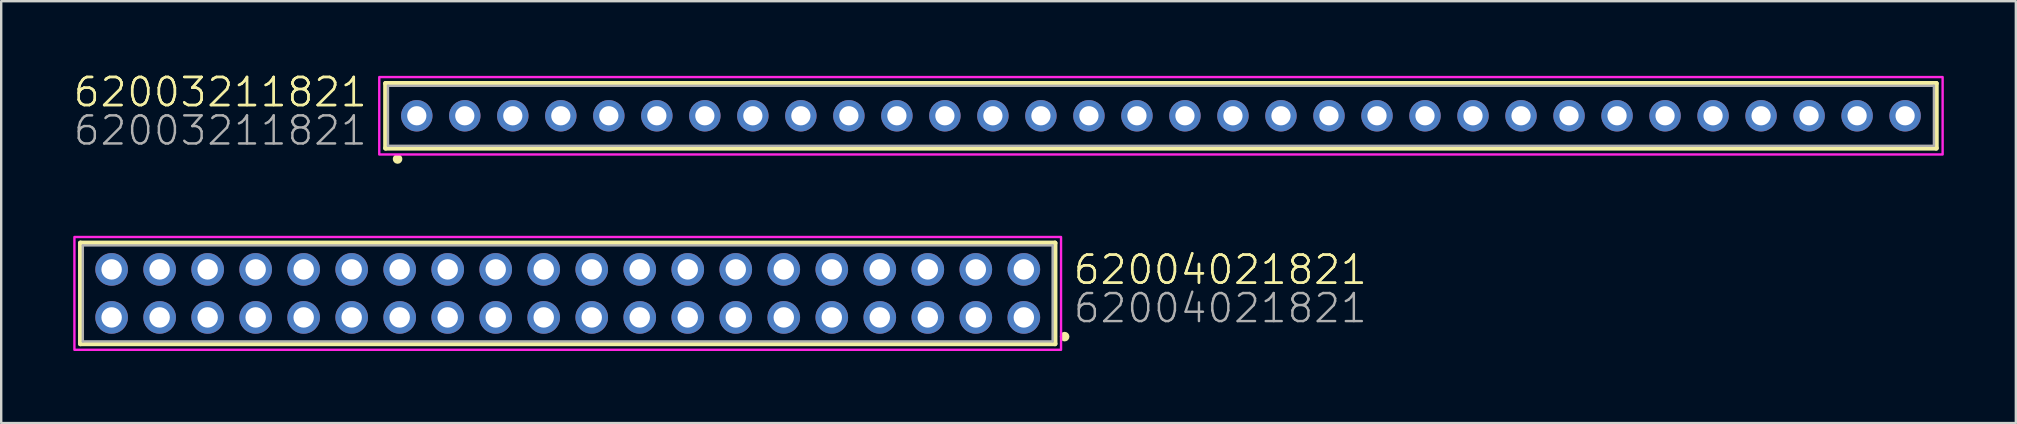
<source format=kicad_pcb>
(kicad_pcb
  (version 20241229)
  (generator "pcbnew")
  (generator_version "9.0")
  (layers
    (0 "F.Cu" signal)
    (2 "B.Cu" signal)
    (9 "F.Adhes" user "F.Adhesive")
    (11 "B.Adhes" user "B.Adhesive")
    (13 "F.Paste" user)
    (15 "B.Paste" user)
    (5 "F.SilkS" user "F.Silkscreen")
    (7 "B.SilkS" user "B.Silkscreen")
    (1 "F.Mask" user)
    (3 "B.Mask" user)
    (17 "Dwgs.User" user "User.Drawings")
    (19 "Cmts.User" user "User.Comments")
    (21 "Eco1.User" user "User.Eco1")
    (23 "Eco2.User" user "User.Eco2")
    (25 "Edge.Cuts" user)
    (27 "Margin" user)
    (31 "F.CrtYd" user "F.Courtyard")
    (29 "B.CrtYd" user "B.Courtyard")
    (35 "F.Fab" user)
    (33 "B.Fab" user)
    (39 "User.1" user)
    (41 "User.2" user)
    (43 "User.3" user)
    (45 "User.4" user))
  (footprint "62004021821"
    (layer "F.Cu")
    (at 20.6 9.173)
    (property "Reference" "62004021821" (at 21 -0.3 0) (unlocked yes) (layer "F.SilkS") (effects (font (size 1.168 1.168) (thickness 0.102)) (justify left bottom)))
    (property "Value" "62004021821" (at 21 1.3 0) (unlocked yes) (layer "F.Fab") (hide yes) (effects (font (size 1.168 1.168) (thickness 0.102)) (justify left bottom)))
    (fp_line (start -20.3 -2.1) (end 20.3 -2.1) (stroke (width 0.2) (type solid)) (layer "F.SilkS"))
    (fp_line (start -20.3 2.1) (end -20.3 -2.1) (stroke (width 0.2) (type solid)) (layer "F.SilkS"))
    (fp_line (start 20.3 -2.1) (end 20.3 2.1) (stroke (width 0.2) (type solid)) (layer "F.SilkS"))
    (fp_line (start 20.3 2.1) (end -20.3 2.1) (stroke (width 0.2) (type solid)) (layer "F.SilkS"))
    (fp_circle (center 20.7 1.8) (end 20.8 1.8) (stroke (width 0.2) (type solid)) (fill no) (layer "F.SilkS"))
    (fp_poly (pts (xy 20.55 2.35) (xy -20.55 2.35) (xy -20.55 -2.35) (xy 20.55 -2.35)) (stroke (width 0.1) (type default)) (fill no) (layer "F.CrtYd"))
    (fp_line (start -20.2 -2) (end -20.2 2) (stroke (width 0.1) (type solid)) (layer "F.Fab"))
    (fp_line (start -20.2 2) (end 20.2 2) (stroke (width 0.1) (type solid)) (layer "F.Fab"))
    (fp_line (start 20.2 -2) (end -20.2 -2) (stroke (width 0.1) (type solid)) (layer "F.Fab"))
    (fp_line (start 20.2 2) (end 20.2 -2) (stroke (width 0.1) (type solid)) (layer "F.Fab"))
    (fp_text user "${REFERENCE}" (at 21 -0.3 0) (unlocked yes) (layer "F.SilkS") (effects (font (size 1.168 1.168) (thickness 0.102)) (justify left bottom)))
    (fp_text user "${VALUE}" (at 21 1.3 0) (unlocked yes) (layer "F.Fab") (effects (font (size 1.168 1.168) (thickness 0.102)) (justify left bottom)))
    (pad "1" thru_hole circle (at -19 1) (size 1.358 1.358) (drill 0.85) (layers "*.Cu" "*.Mask"))
    (pad "2" thru_hole circle (at -19 -1) (size 1.358 1.358) (drill 0.85) (layers "*.Cu" "*.Mask"))
    (pad "3" thru_hole circle (at -17 1) (size 1.358 1.358) (drill 0.85) (layers "*.Cu" "*.Mask"))
    (pad "4" thru_hole circle (at -17 -1) (size 1.358 1.358) (drill 0.85) (layers "*.Cu" "*.Mask"))
    (pad "5" thru_hole circle (at -15 1) (size 1.358 1.358) (drill 0.85) (layers "*.Cu" "*.Mask"))
    (pad "6" thru_hole circle (at -15 -1) (size 1.358 1.358) (drill 0.85) (layers "*.Cu" "*.Mask"))
    (pad "7" thru_hole circle (at -13 1) (size 1.358 1.358) (drill 0.85) (layers "*.Cu" "*.Mask"))
    (pad "8" thru_hole circle (at -13 -1) (size 1.358 1.358) (drill 0.85) (layers "*.Cu" "*.Mask"))
    (pad "9" thru_hole circle (at -11 1) (size 1.358 1.358) (drill 0.85) (layers "*.Cu" "*.Mask"))
    (pad "10" thru_hole circle (at -11 -1) (size 1.358 1.358) (drill 0.85) (layers "*.Cu" "*.Mask"))
    (pad "11" thru_hole circle (at -9 1) (size 1.358 1.358) (drill 0.85) (layers "*.Cu" "*.Mask"))
    (pad "12" thru_hole circle (at -9 -1) (size 1.358 1.358) (drill 0.85) (layers "*.Cu" "*.Mask"))
    (pad "13" thru_hole circle (at -7 1) (size 1.358 1.358) (drill 0.85) (layers "*.Cu" "*.Mask"))
    (pad "14" thru_hole circle (at -7 -1) (size 1.358 1.358) (drill 0.85) (layers "*.Cu" "*.Mask"))
    (pad "15" thru_hole circle (at -5 1) (size 1.358 1.358) (drill 0.85) (layers "*.Cu" "*.Mask"))
    (pad "16" thru_hole circle (at -5 -1) (size 1.358 1.358) (drill 0.85) (layers "*.Cu" "*.Mask"))
    (pad "17" thru_hole circle (at -3 1) (size 1.358 1.358) (drill 0.85) (layers "*.Cu" "*.Mask"))
    (pad "18" thru_hole circle (at -3 -1) (size 1.358 1.358) (drill 0.85) (layers "*.Cu" "*.Mask"))
    (pad "19" thru_hole circle (at -1 1) (size 1.358 1.358) (drill 0.85) (layers "*.Cu" "*.Mask"))
    (pad "20" thru_hole circle (at -1 -1) (size 1.358 1.358) (drill 0.85) (layers "*.Cu" "*.Mask"))
    (pad "21" thru_hole circle (at 1 1) (size 1.358 1.358) (drill 0.85) (layers "*.Cu" "*.Mask"))
    (pad "22" thru_hole circle (at 1 -1) (size 1.358 1.358) (drill 0.85) (layers "*.Cu" "*.Mask"))
    (pad "23" thru_hole circle (at 3 1) (size 1.358 1.358) (drill 0.85) (layers "*.Cu" "*.Mask"))
    (pad "24" thru_hole circle (at 3 -1) (size 1.358 1.358) (drill 0.85) (layers "*.Cu" "*.Mask"))
    (pad "25" thru_hole circle (at 5 1) (size 1.358 1.358) (drill 0.85) (layers "*.Cu" "*.Mask"))
    (pad "26" thru_hole circle (at 5 -1) (size 1.358 1.358) (drill 0.85) (layers "*.Cu" "*.Mask"))
    (pad "27" thru_hole circle (at 7 1) (size 1.358 1.358) (drill 0.85) (layers "*.Cu" "*.Mask"))
    (pad "28" thru_hole circle (at 7 -1) (size 1.358 1.358) (drill 0.85) (layers "*.Cu" "*.Mask"))
    (pad "29" thru_hole circle (at 9 1) (size 1.358 1.358) (drill 0.85) (layers "*.Cu" "*.Mask"))
    (pad "30" thru_hole circle (at 9 -1) (size 1.358 1.358) (drill 0.85) (layers "*.Cu" "*.Mask"))
    (pad "31" thru_hole circle (at 11 1) (size 1.358 1.358) (drill 0.85) (layers "*.Cu" "*.Mask"))
    (pad "32" thru_hole circle (at 11 -1) (size 1.358 1.358) (drill 0.85) (layers "*.Cu" "*.Mask"))
    (pad "33" thru_hole circle (at 13 1) (size 1.358 1.358) (drill 0.85) (layers "*.Cu" "*.Mask"))
    (pad "34" thru_hole circle (at 13 -1) (size 1.358 1.358) (drill 0.85) (layers "*.Cu" "*.Mask"))
    (pad "35" thru_hole circle (at 15 1) (size 1.358 1.358) (drill 0.85) (layers "*.Cu" "*.Mask"))
    (pad "36" thru_hole circle (at 15 -1) (size 1.358 1.358) (drill 0.85) (layers "*.Cu" "*.Mask"))
    (pad "37" thru_hole circle (at 17 1) (size 1.358 1.358) (drill 0.85) (layers "*.Cu" "*.Mask"))
    (pad "38" thru_hole circle (at 17 -1) (size 1.358 1.358) (drill 0.85) (layers "*.Cu" "*.Mask"))
    (pad "39" thru_hole circle (at 19 1) (size 1.358 1.358) (drill 0.85) (layers "*.Cu" "*.Mask"))
    (pad "40" thru_hole circle (at 19 -1) (size 1.358 1.358) (drill 0.85) (layers "*.Cu" "*.Mask")))
  (footprint "62003211821"
    (layer "F.Cu")
    (at 45.312 1.773)
    (property "Reference" "62003211821" (at -33 -0.3 0) (unlocked yes) (layer "F.SilkS") (effects (font (size 1.168 1.168) (thickness 0.102)) (justify right bottom)))
    (property "Value" "62003211821" (at -33 1.3 0) (unlocked yes) (layer "F.Fab") (hide yes) (effects (font (size 1.168 1.168) (thickness 0.102)) (justify right bottom)))
    (fp_line (start -32.3 -1.35) (end -32.3 1.35) (stroke (width 0.2) (type solid)) (layer "F.SilkS"))
    (fp_line (start -32.3 1.35) (end 32.3 1.35) (stroke (width 0.2) (type solid)) (layer "F.SilkS"))
    (fp_line (start 32.3 -1.35) (end -32.3 -1.35) (stroke (width 0.2) (type solid)) (layer "F.SilkS"))
    (fp_line (start 32.3 1.35) (end 32.3 -1.35) (stroke (width 0.2) (type solid)) (layer "F.SilkS"))
    (fp_circle (center -31.8 1.8) (end -31.7 1.8) (stroke (width 0.2) (type solid)) (fill no) (layer "F.SilkS"))
    (fp_poly (pts (xy 32.563 1.613) (xy -32.563 1.613) (xy -32.563 -1.613) (xy 32.563 -1.613)) (stroke (width 0.1) (type default)) (fill no) (layer "F.CrtYd"))
    (fp_line (start -32.2 -1.25) (end -32.2 1.25) (stroke (width 0.1) (type solid)) (layer "F.Fab"))
    (fp_line (start -32.2 1.25) (end 32.2 1.25) (stroke (width 0.1) (type solid)) (layer "F.Fab"))
    (fp_line (start 32.2 -1.25) (end -32.2 -1.25) (stroke (width 0.1) (type solid)) (layer "F.Fab"))
    (fp_line (start 32.2 1.25) (end 32.2 -1.25) (stroke (width 0.1) (type solid)) (layer "F.Fab"))
    (fp_text user "${REFERENCE}" (at -33 -0.3 0) (unlocked yes) (layer "F.SilkS") (effects (font (size 1.168 1.168) (thickness 0.102)) (justify right bottom)))
    (fp_text user "${VALUE}" (at -33 1.3 0) (unlocked yes) (layer "F.Fab") (effects (font (size 1.168 1.168) (thickness 0.102)) (justify right bottom)))
    (pad "1" thru_hole circle (at -31 0) (size 1.308 1.308) (drill 0.8) (layers "*.Cu" "*.Mask"))
    (pad "2" thru_hole circle (at -29 0) (size 1.308 1.308) (drill 0.8) (layers "*.Cu" "*.Mask"))
    (pad "3" thru_hole circle (at -27 0) (size 1.308 1.308) (drill 0.8) (layers "*.Cu" "*.Mask"))
    (pad "4" thru_hole circle (at -25 0) (size 1.308 1.308) (drill 0.8) (layers "*.Cu" "*.Mask"))
    (pad "5" thru_hole circle (at -23 0) (size 1.308 1.308) (drill 0.8) (layers "*.Cu" "*.Mask"))
    (pad "6" thru_hole circle (at -21 0) (size 1.308 1.308) (drill 0.8) (layers "*.Cu" "*.Mask"))
    (pad "7" thru_hole circle (at -19 0) (size 1.308 1.308) (drill 0.8) (layers "*.Cu" "*.Mask"))
    (pad "8" thru_hole circle (at -17 0) (size 1.308 1.308) (drill 0.8) (layers "*.Cu" "*.Mask"))
    (pad "9" thru_hole circle (at -15 0) (size 1.308 1.308) (drill 0.8) (layers "*.Cu" "*.Mask"))
    (pad "10" thru_hole circle (at -13 0) (size 1.308 1.308) (drill 0.8) (layers "*.Cu" "*.Mask"))
    (pad "11" thru_hole circle (at -11 0) (size 1.308 1.308) (drill 0.8) (layers "*.Cu" "*.Mask"))
    (pad "12" thru_hole circle (at -9 0) (size 1.308 1.308) (drill 0.8) (layers "*.Cu" "*.Mask"))
    (pad "13" thru_hole circle (at -7 0) (size 1.308 1.308) (drill 0.8) (layers "*.Cu" "*.Mask"))
    (pad "14" thru_hole circle (at -5 0) (size 1.308 1.308) (drill 0.8) (layers "*.Cu" "*.Mask"))
    (pad "15" thru_hole circle (at -3 0) (size 1.308 1.308) (drill 0.8) (layers "*.Cu" "*.Mask"))
    (pad "16" thru_hole circle (at -1 0) (size 1.308 1.308) (drill 0.8) (layers "*.Cu" "*.Mask"))
    (pad "17" thru_hole circle (at 1 0) (size 1.308 1.308) (drill 0.8) (layers "*.Cu" "*.Mask"))
    (pad "18" thru_hole circle (at 3 0) (size 1.308 1.308) (drill 0.8) (layers "*.Cu" "*.Mask"))
    (pad "19" thru_hole circle (at 5 0) (size 1.308 1.308) (drill 0.8) (layers "*.Cu" "*.Mask"))
    (pad "20" thru_hole circle (at 7 0) (size 1.308 1.308) (drill 0.8) (layers "*.Cu" "*.Mask"))
    (pad "21" thru_hole circle (at 9 0) (size 1.308 1.308) (drill 0.8) (layers "*.Cu" "*.Mask"))
    (pad "22" thru_hole circle (at 11 0) (size 1.308 1.308) (drill 0.8) (layers "*.Cu" "*.Mask"))
    (pad "23" thru_hole circle (at 13 0) (size 1.308 1.308) (drill 0.8) (layers "*.Cu" "*.Mask"))
    (pad "24" thru_hole circle (at 15 0) (size 1.308 1.308) (drill 0.8) (layers "*.Cu" "*.Mask"))
    (pad "25" thru_hole circle (at 17 0) (size 1.308 1.308) (drill 0.8) (layers "*.Cu" "*.Mask"))
    (pad "26" thru_hole circle (at 19 0) (size 1.308 1.308) (drill 0.8) (layers "*.Cu" "*.Mask"))
    (pad "27" thru_hole circle (at 21 0) (size 1.308 1.308) (drill 0.8) (layers "*.Cu" "*.Mask"))
    (pad "28" thru_hole circle (at 23 0) (size 1.308 1.308) (drill 0.8) (layers "*.Cu" "*.Mask"))
    (pad "29" thru_hole circle (at 25 0) (size 1.308 1.308) (drill 0.8) (layers "*.Cu" "*.Mask"))
    (pad "30" thru_hole circle (at 27 0) (size 1.308 1.308) (drill 0.8) (layers "*.Cu" "*.Mask"))
    (pad "31" thru_hole circle (at 29 0) (size 1.308 1.308) (drill 0.8) (layers "*.Cu" "*.Mask"))
    (pad "32" thru_hole circle (at 31 0) (size 1.308 1.308) (drill 0.8) (layers "*.Cu" "*.Mask")))
  (gr_rect
    (start -3 -3)
    (end 80.925 14.573)
    (stroke (width 0.1) (type default))
    (fill no)
    (layer "Edge.Cuts")))
</source>
